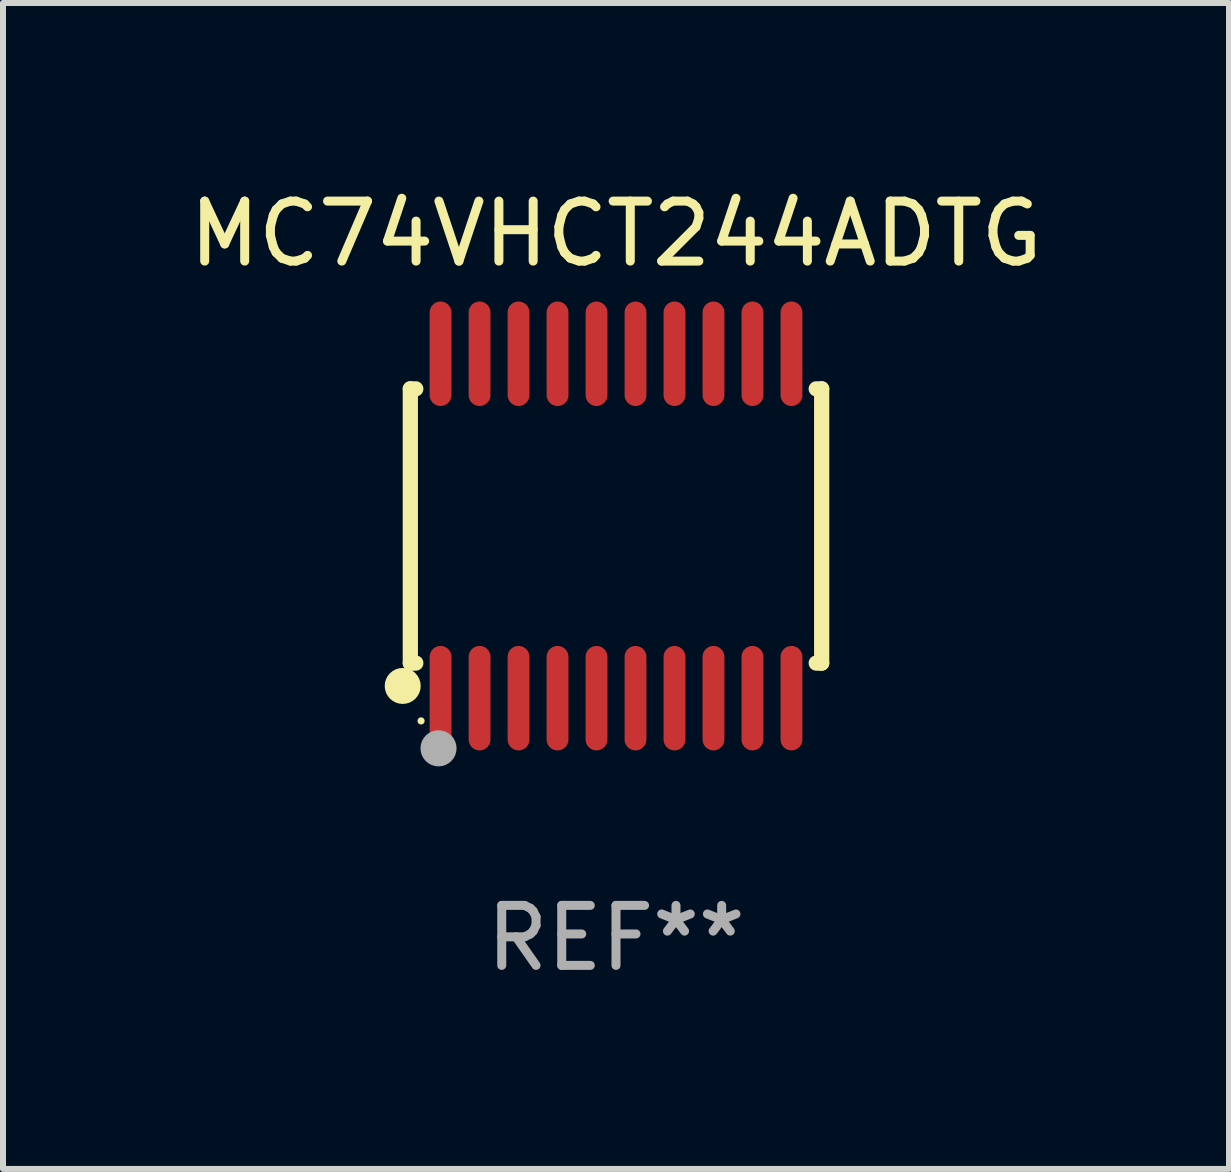
<source format=kicad_pcb>
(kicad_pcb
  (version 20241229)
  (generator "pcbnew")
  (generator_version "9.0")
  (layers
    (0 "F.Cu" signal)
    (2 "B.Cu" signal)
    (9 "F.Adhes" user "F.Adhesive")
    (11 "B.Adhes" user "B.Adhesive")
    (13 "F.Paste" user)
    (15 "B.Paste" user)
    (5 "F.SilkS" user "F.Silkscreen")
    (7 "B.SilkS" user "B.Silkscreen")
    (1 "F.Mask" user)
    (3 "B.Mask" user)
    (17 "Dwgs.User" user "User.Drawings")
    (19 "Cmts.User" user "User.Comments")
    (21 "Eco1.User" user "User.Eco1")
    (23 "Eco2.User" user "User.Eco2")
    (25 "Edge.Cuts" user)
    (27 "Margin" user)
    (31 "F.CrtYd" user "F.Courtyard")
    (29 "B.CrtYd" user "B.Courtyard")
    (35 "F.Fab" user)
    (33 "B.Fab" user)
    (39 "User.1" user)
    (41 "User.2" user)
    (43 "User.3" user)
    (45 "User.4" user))
  (footprint "MC74VHCT244ADTG"
    (layer "F.Cu")
    (at 7.22 5.719)
    (property "Reference" "MC74VHCT244ADTG" (at 0 -4.871 0) (layer "F.SilkS") (effects (font (size 1 1) (thickness 0.15))))
    (attr through_hole)
    (fp_line (start -3.429 -2.286) (end -3.429 2.286) (stroke (width 0.254) (type solid)) (layer "F.SilkS"))
    (fp_line (start -3.429 2.286) (end -3.338 2.286) (stroke (width 0.254) (type solid)) (layer "F.SilkS"))
    (fp_line (start -3.338 -2.286) (end -3.429 -2.286) (stroke (width 0.254) (type solid)) (layer "F.SilkS"))
    (fp_line (start 3.338 -2.286) (end 3.429 -2.286) (stroke (width 0.254) (type solid)) (layer "F.SilkS"))
    (fp_line (start 3.429 -2.286) (end 3.429 2.286) (stroke (width 0.254) (type solid)) (layer "F.SilkS"))
    (fp_line (start 3.429 2.286) (end 3.338 2.286) (stroke (width 0.254) (type solid)) (layer "F.SilkS"))
    (fp_circle (center -3.556 2.667) (end -3.406 2.667) (stroke (width 0.3) (type solid)) (fill no) (layer "F.SilkS"))
    (fp_circle (center -3.25 3.25) (end -3.22 3.25) (stroke (width 0.06) (type solid)) (fill no) (layer "F.SilkS"))
    (fp_circle (center -2.959 3.707) (end -2.808 3.707) (stroke (width 0.3) (type solid)) (fill no) (layer "F.Fab"))
    (fp_text user "REF**" (at 0 6.871 0) (layer "F.Fab") (effects (font (size 1 1) (thickness 0.15))))
    (pad "1" smd oval (at -2.925 2.871) (size 0.364 1.742) (layers "F.Cu" "F.Mask" "F.Paste"))
    (pad "2" smd oval (at -2.275 2.871) (size 0.364 1.742) (layers "F.Cu" "F.Mask" "F.Paste"))
    (pad "3" smd oval (at -1.625 2.871) (size 0.364 1.742) (layers "F.Cu" "F.Mask" "F.Paste"))
    (pad "4" smd oval (at -0.975 2.871) (size 0.364 1.742) (layers "F.Cu" "F.Mask" "F.Paste"))
    (pad "5" smd oval (at -0.325 2.871) (size 0.364 1.742) (layers "F.Cu" "F.Mask" "F.Paste"))
    (pad "6" smd oval (at 0.325 2.871) (size 0.364 1.742) (layers "F.Cu" "F.Mask" "F.Paste"))
    (pad "7" smd oval (at 0.975 2.871) (size 0.364 1.742) (layers "F.Cu" "F.Mask" "F.Paste"))
    (pad "8" smd oval (at 1.625 2.871) (size 0.364 1.742) (layers "F.Cu" "F.Mask" "F.Paste"))
    (pad "9" smd oval (at 2.275 2.871) (size 0.364 1.742) (layers "F.Cu" "F.Mask" "F.Paste"))
    (pad "10" smd oval (at 2.925 2.871) (size 0.364 1.742) (layers "F.Cu" "F.Mask" "F.Paste"))
    (pad "11" smd oval (at 2.925 -2.871) (size 0.364 1.742) (layers "F.Cu" "F.Mask" "F.Paste"))
    (pad "12" smd oval (at 2.275 -2.871) (size 0.364 1.742) (layers "F.Cu" "F.Mask" "F.Paste"))
    (pad "13" smd oval (at 1.625 -2.871) (size 0.364 1.742) (layers "F.Cu" "F.Mask" "F.Paste"))
    (pad "14" smd oval (at 0.975 -2.871) (size 0.364 1.742) (layers "F.Cu" "F.Mask" "F.Paste"))
    (pad "15" smd oval (at 0.325 -2.871) (size 0.364 1.742) (layers "F.Cu" "F.Mask" "F.Paste"))
    (pad "16" smd oval (at -0.325 -2.871) (size 0.364 1.742) (layers "F.Cu" "F.Mask" "F.Paste"))
    (pad "17" smd oval (at -0.975 -2.871) (size 0.364 1.742) (layers "F.Cu" "F.Mask" "F.Paste"))
    (pad "18" smd oval (at -1.625 -2.871) (size 0.364 1.742) (layers "F.Cu" "F.Mask" "F.Paste"))
    (pad "19" smd oval (at -2.275 -2.871) (size 0.364 1.742) (layers "F.Cu" "F.Mask" "F.Paste"))
    (pad "20" smd oval (at -2.925 -2.871) (size 0.364 1.742) (layers "F.Cu" "F.Mask" "F.Paste")))
  (gr_rect
    (start -3 -3)
    (end 17.44 16.438)
    (stroke (width 0.1) (type default))
    (fill no)
    (layer "Edge.Cuts")))
</source>
